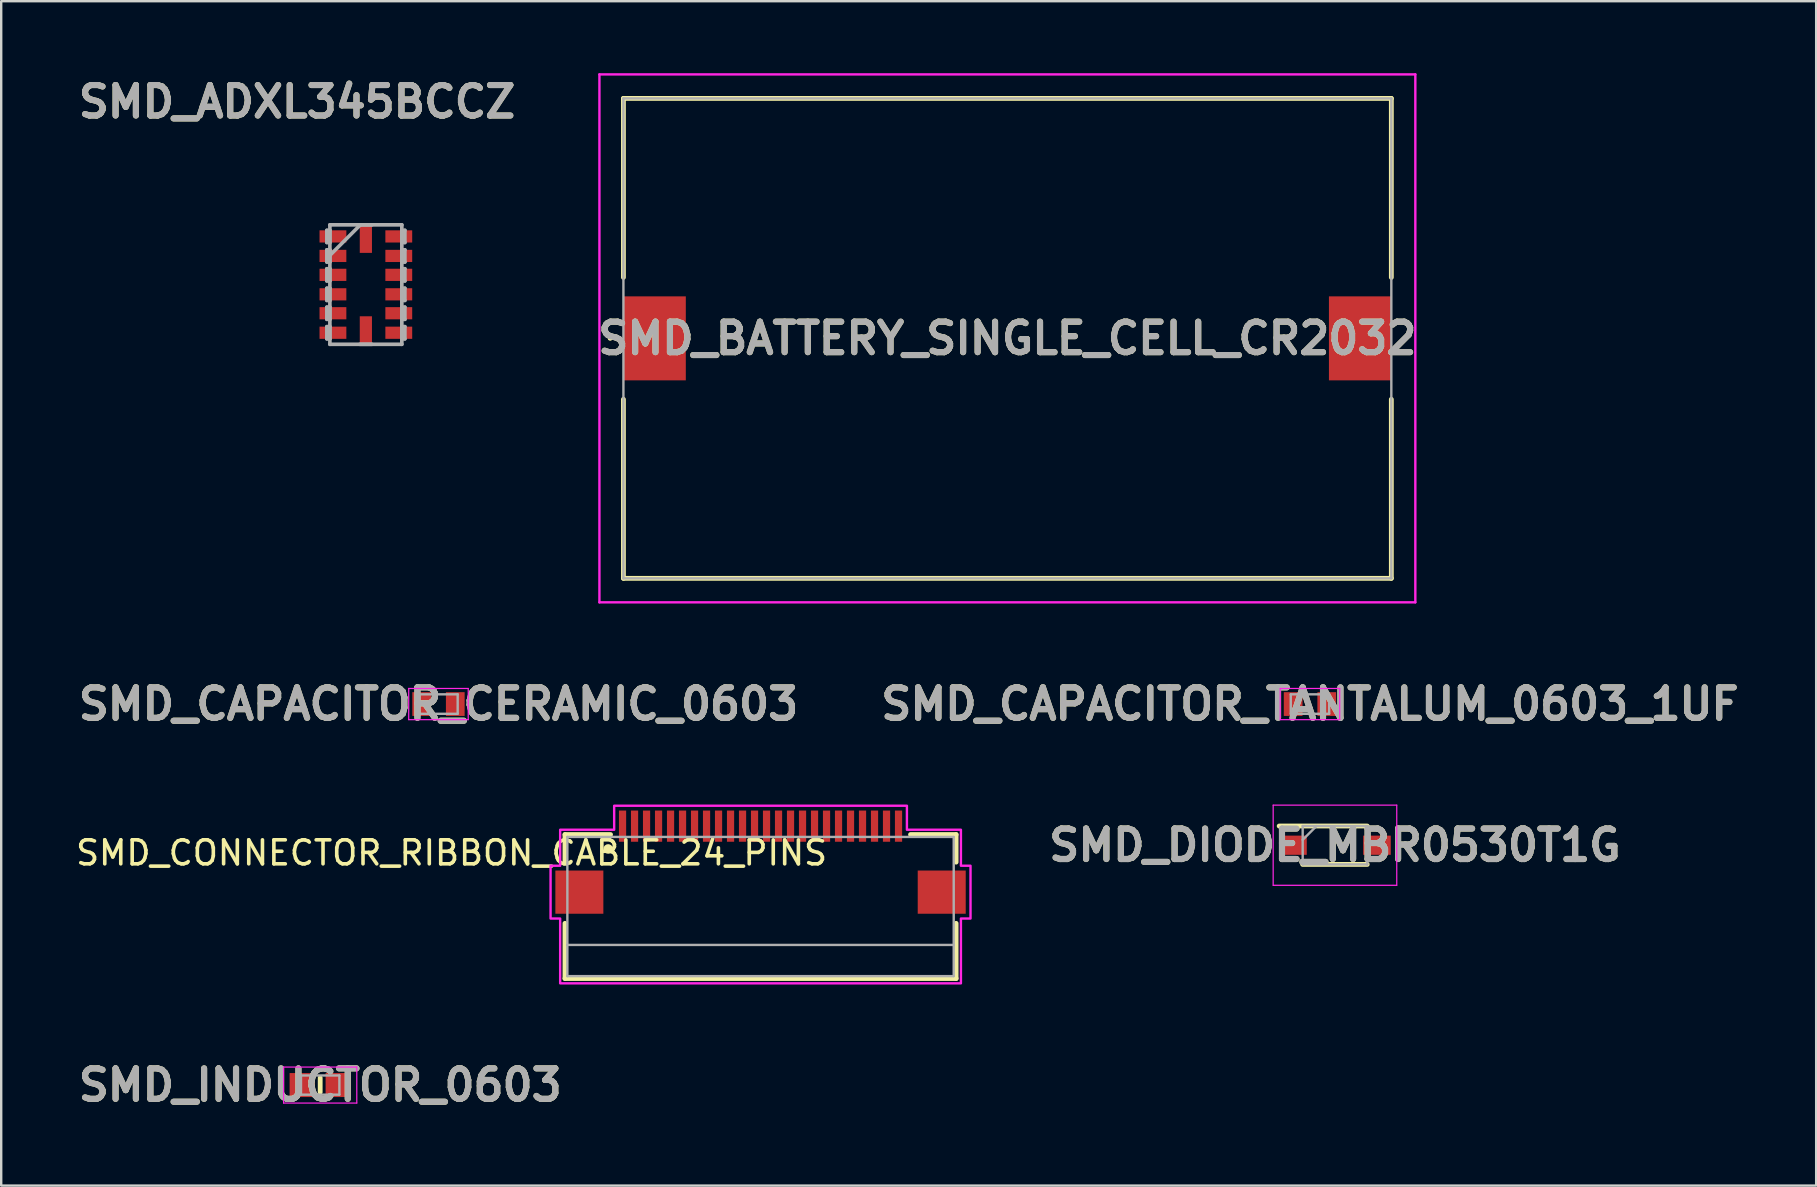
<source format=kicad_pcb>
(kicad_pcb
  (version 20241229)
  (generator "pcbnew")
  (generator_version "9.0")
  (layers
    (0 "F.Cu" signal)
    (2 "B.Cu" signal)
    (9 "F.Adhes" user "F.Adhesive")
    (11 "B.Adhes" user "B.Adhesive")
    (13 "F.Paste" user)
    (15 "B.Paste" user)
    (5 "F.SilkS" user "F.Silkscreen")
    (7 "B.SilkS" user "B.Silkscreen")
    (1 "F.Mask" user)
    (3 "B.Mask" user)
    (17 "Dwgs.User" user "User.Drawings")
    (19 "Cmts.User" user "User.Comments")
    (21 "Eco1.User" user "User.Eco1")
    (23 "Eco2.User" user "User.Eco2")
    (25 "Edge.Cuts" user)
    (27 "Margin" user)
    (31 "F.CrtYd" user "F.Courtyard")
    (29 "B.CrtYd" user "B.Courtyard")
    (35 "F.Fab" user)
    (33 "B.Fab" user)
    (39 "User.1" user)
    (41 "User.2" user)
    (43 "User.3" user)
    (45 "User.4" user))
  (footprint "SMD_INDUCTOR_0603"
    (layer "F.Cu")
    (at 10.293 42.166)
    (property "Reference" "SMD_INDUCTOR_0603" (at 0 0 0) (layer "F.SilkS") (effects (font (size 1.27 1.27) (thickness 0.254))))
    (attr smd)
    (fp_line (start 0 -0.3) (end 0 0.3) (stroke (width 0.2) (type solid)) (layer "F.SilkS"))
    (fp_line (start -1.525 -0.75) (end 1.525 -0.75) (stroke (width 0.05) (type solid)) (layer "F.CrtYd"))
    (fp_line (start -1.525 0.75) (end -1.525 -0.75) (stroke (width 0.05) (type solid)) (layer "F.CrtYd"))
    (fp_line (start 1.525 -0.75) (end 1.525 0.75) (stroke (width 0.05) (type solid)) (layer "F.CrtYd"))
    (fp_line (start 1.525 0.75) (end -1.525 0.75) (stroke (width 0.05) (type solid)) (layer "F.CrtYd"))
    (fp_line (start -0.8 -0.4) (end 0.8 -0.4) (stroke (width 0.1) (type solid)) (layer "F.Fab"))
    (fp_line (start -0.8 0.4) (end -0.8 -0.4) (stroke (width 0.1) (type solid)) (layer "F.Fab"))
    (fp_line (start 0.8 -0.4) (end 0.8 0.4) (stroke (width 0.1) (type solid)) (layer "F.Fab"))
    (fp_line (start 0.8 0.4) (end -0.8 0.4) (stroke (width 0.1) (type solid)) (layer "F.Fab"))
    (fp_text user "${REFERENCE}" (at 0 0 0) (layer "F.Fab") (effects (font (size 1.27 1.27) (thickness 0.254))))
    (pad "1" smd rect (at -0.75 0 90) (size 1 1.05) (layers "F.Cu" "F.Mask" "F.Paste"))
    (pad "2" smd rect (at 0.75 0 90) (size 1 1.05) (layers "F.Cu" "F.Mask" "F.Paste")))
  (footprint "SMD_ADXL345BCCZ"
    (layer "F.Cu")
    (at 12.196 8.809)
    (property "Reference" "SMD_ADXL345BCCZ" (at -2.87 -7.62 0) (layer "F.SilkS") (effects (font (size 1.27 1.27) (thickness 0.254))))
    (attr smd)
    (fp_line (start -1.626 -2.261) (end -1.626 -1.753) (stroke (width 0.152) (type solid)) (layer "F.Fab"))
    (fp_line (start -1.626 -1.753) (end -1.499 -1.753) (stroke (width 0.152) (type solid)) (layer "F.Fab"))
    (fp_line (start -1.626 -1.448) (end -1.626 -0.94) (stroke (width 0.152) (type solid)) (layer "F.Fab"))
    (fp_line (start -1.626 -0.94) (end -1.499 -0.94) (stroke (width 0.152) (type solid)) (layer "F.Fab"))
    (fp_line (start -1.626 -0.66) (end -1.626 -0.152) (stroke (width 0.152) (type solid)) (layer "F.Fab"))
    (fp_line (start -1.626 -0.152) (end -1.499 -0.152) (stroke (width 0.152) (type solid)) (layer "F.Fab"))
    (fp_line (start -1.626 0.152) (end -1.626 0.66) (stroke (width 0.152) (type solid)) (layer "F.Fab"))
    (fp_line (start -1.626 0.66) (end -1.499 0.66) (stroke (width 0.152) (type solid)) (layer "F.Fab"))
    (fp_line (start -1.626 0.94) (end -1.626 1.448) (stroke (width 0.152) (type solid)) (layer "F.Fab"))
    (fp_line (start -1.626 1.448) (end -1.499 1.448) (stroke (width 0.152) (type solid)) (layer "F.Fab"))
    (fp_line (start -1.626 1.753) (end -1.626 2.261) (stroke (width 0.152) (type solid)) (layer "F.Fab"))
    (fp_line (start -1.626 2.261) (end -1.499 2.261) (stroke (width 0.152) (type solid)) (layer "F.Fab"))
    (fp_line (start -1.499 -2.489) (end -1.499 2.489) (stroke (width 0.152) (type solid)) (layer "F.Fab"))
    (fp_line (start -1.499 -2.261) (end -1.626 -2.261) (stroke (width 0.152) (type solid)) (layer "F.Fab"))
    (fp_line (start -1.499 -1.753) (end -1.499 -2.261) (stroke (width 0.152) (type solid)) (layer "F.Fab"))
    (fp_line (start -1.499 -1.448) (end -1.626 -1.448) (stroke (width 0.152) (type solid)) (layer "F.Fab"))
    (fp_line (start -1.499 -1.219) (end -0.229 -2.489) (stroke (width 0.152) (type solid)) (layer "F.Fab"))
    (fp_line (start -1.499 -0.94) (end -1.499 -1.448) (stroke (width 0.152) (type solid)) (layer "F.Fab"))
    (fp_line (start -1.499 -0.66) (end -1.626 -0.66) (stroke (width 0.152) (type solid)) (layer "F.Fab"))
    (fp_line (start -1.499 -0.152) (end -1.499 -0.66) (stroke (width 0.152) (type solid)) (layer "F.Fab"))
    (fp_line (start -1.499 0.152) (end -1.626 0.152) (stroke (width 0.152) (type solid)) (layer "F.Fab"))
    (fp_line (start -1.499 0.66) (end -1.499 0.152) (stroke (width 0.152) (type solid)) (layer "F.Fab"))
    (fp_line (start -1.499 0.94) (end -1.626 0.94) (stroke (width 0.152) (type solid)) (layer "F.Fab"))
    (fp_line (start -1.499 1.448) (end -1.499 0.94) (stroke (width 0.152) (type solid)) (layer "F.Fab"))
    (fp_line (start -1.499 1.753) (end -1.626 1.753) (stroke (width 0.152) (type solid)) (layer "F.Fab"))
    (fp_line (start -1.499 2.261) (end -1.499 1.753) (stroke (width 0.152) (type solid)) (layer "F.Fab"))
    (fp_line (start -1.499 2.489) (end 1.499 2.489) (stroke (width 0.152) (type solid)) (layer "F.Fab"))
    (fp_line (start -0.254 2.489) (end 0.254 2.489) (stroke (width 0.152) (type solid)) (layer "F.Fab"))
    (fp_line (start 0.254 -2.489) (end -0.254 -2.489) (stroke (width 0.152) (type solid)) (layer "F.Fab"))
    (fp_line (start 1.499 -2.489) (end -1.499 -2.489) (stroke (width 0.152) (type solid)) (layer "F.Fab"))
    (fp_line (start 1.499 -2.261) (end 1.499 -1.753) (stroke (width 0.152) (type solid)) (layer "F.Fab"))
    (fp_line (start 1.499 -1.753) (end 1.626 -1.753) (stroke (width 0.152) (type solid)) (layer "F.Fab"))
    (fp_line (start 1.499 -1.448) (end 1.499 -0.94) (stroke (width 0.152) (type solid)) (layer "F.Fab"))
    (fp_line (start 1.499 -0.94) (end 1.626 -0.94) (stroke (width 0.152) (type solid)) (layer "F.Fab"))
    (fp_line (start 1.499 -0.66) (end 1.499 -0.152) (stroke (width 0.152) (type solid)) (layer "F.Fab"))
    (fp_line (start 1.499 -0.152) (end 1.626 -0.152) (stroke (width 0.152) (type solid)) (layer "F.Fab"))
    (fp_line (start 1.499 0.152) (end 1.499 0.66) (stroke (width 0.152) (type solid)) (layer "F.Fab"))
    (fp_line (start 1.499 0.66) (end 1.626 0.66) (stroke (width 0.152) (type solid)) (layer "F.Fab"))
    (fp_line (start 1.499 0.94) (end 1.499 1.448) (stroke (width 0.152) (type solid)) (layer "F.Fab"))
    (fp_line (start 1.499 1.448) (end 1.626 1.448) (stroke (width 0.152) (type solid)) (layer "F.Fab"))
    (fp_line (start 1.499 1.753) (end 1.499 2.261) (stroke (width 0.152) (type solid)) (layer "F.Fab"))
    (fp_line (start 1.499 2.261) (end 1.626 2.261) (stroke (width 0.152) (type solid)) (layer "F.Fab"))
    (fp_line (start 1.499 2.489) (end 1.499 -2.489) (stroke (width 0.152) (type solid)) (layer "F.Fab"))
    (fp_line (start 1.626 -2.261) (end 1.499 -2.261) (stroke (width 0.152) (type solid)) (layer "F.Fab"))
    (fp_line (start 1.626 -1.753) (end 1.626 -2.261) (stroke (width 0.152) (type solid)) (layer "F.Fab"))
    (fp_line (start 1.626 -1.448) (end 1.499 -1.448) (stroke (width 0.152) (type solid)) (layer "F.Fab"))
    (fp_line (start 1.626 -0.94) (end 1.626 -1.448) (stroke (width 0.152) (type solid)) (layer "F.Fab"))
    (fp_line (start 1.626 -0.66) (end 1.499 -0.66) (stroke (width 0.152) (type solid)) (layer "F.Fab"))
    (fp_line (start 1.626 -0.152) (end 1.626 -0.66) (stroke (width 0.152) (type solid)) (layer "F.Fab"))
    (fp_line (start 1.626 0.152) (end 1.499 0.152) (stroke (width 0.152) (type solid)) (layer "F.Fab"))
    (fp_line (start 1.626 0.66) (end 1.626 0.152) (stroke (width 0.152) (type solid)) (layer "F.Fab"))
    (fp_line (start 1.626 0.94) (end 1.499 0.94) (stroke (width 0.152) (type solid)) (layer "F.Fab"))
    (fp_line (start 1.626 1.448) (end 1.626 0.94) (stroke (width 0.152) (type solid)) (layer "F.Fab"))
    (fp_line (start 1.626 1.753) (end 1.499 1.753) (stroke (width 0.152) (type solid)) (layer "F.Fab"))
    (fp_line (start 1.626 2.261) (end 1.626 1.753) (stroke (width 0.152) (type solid)) (layer "F.Fab"))
    (fp_text user "${REFERENCE}" (at -2.87 -7.62 0) (layer "F.Fab") (effects (font (size 1.27 1.27) (thickness 0.254))))
    (pad "1" smd rect (at -1.372 -2.007 90) (size 0.508 1.118) (layers "F.Cu" "F.Mask" "F.Paste"))
    (pad "2" smd rect (at -1.372 -1.194 90) (size 0.508 1.118) (layers "F.Cu" "F.Mask" "F.Paste"))
    (pad "3" smd rect (at -1.372 -0.406 90) (size 0.508 1.118) (layers "F.Cu" "F.Mask" "F.Paste"))
    (pad "4" smd rect (at -1.372 0.406 90) (size 0.508 1.118) (layers "F.Cu" "F.Mask" "F.Paste"))
    (pad "5" smd rect (at -1.372 1.194 90) (size 0.508 1.118) (layers "F.Cu" "F.Mask" "F.Paste"))
    (pad "6" smd rect (at -1.372 2.007 90) (size 0.508 1.118) (layers "F.Cu" "F.Mask" "F.Paste"))
    (pad "7" smd rect (at 0 1.88) (size 0.508 1.118) (layers "F.Cu" "F.Mask" "F.Paste"))
    (pad "8" smd rect (at 1.372 2.007 90) (size 0.508 1.118) (layers "F.Cu" "F.Mask" "F.Paste"))
    (pad "9" smd rect (at 1.372 1.194 90) (size 0.508 1.118) (layers "F.Cu" "F.Mask" "F.Paste"))
    (pad "10" smd rect (at 1.372 0.406 90) (size 0.508 1.118) (layers "F.Cu" "F.Mask" "F.Paste"))
    (pad "11" smd rect (at 1.372 -0.406 90) (size 0.508 1.118) (layers "F.Cu" "F.Mask" "F.Paste"))
    (pad "12" smd rect (at 1.372 -1.194 90) (size 0.508 1.118) (layers "F.Cu" "F.Mask" "F.Paste"))
    (pad "13" smd rect (at 1.372 -2.007 90) (size 0.508 1.118) (layers "F.Cu" "F.Mask" "F.Paste"))
    (pad "14" smd rect (at 0 -1.88) (size 0.508 1.118) (layers "F.Cu" "F.Mask" "F.Paste")))
  (footprint "SMD_CONNECTOR_RIBBON_CABLE_24_PINS"
    (layer "F.Cu")
    (at 28.643 34.727)
    (property "Reference" "SMD_CONNECTOR_RIBBON_CABLE_24_PINS" (at -12.875 -2.235 0) (layer "F.SilkS") (effects (font (size 1 1) (thickness 0.15))))
    (attr smd)
    (fp_line (start -8.15 -3) (end -8.15 -1.85) (stroke (width 0.2) (type solid)) (layer "F.SilkS"))
    (fp_line (start -8.15 0.7) (end -8.15 3) (stroke (width 0.2) (type solid)) (layer "F.SilkS"))
    (fp_line (start -8.15 3) (end 8.15 3) (stroke (width 0.2) (type solid)) (layer "F.SilkS"))
    (fp_line (start -6.25 -3) (end -8.15 -3) (stroke (width 0.2) (type solid)) (layer "F.SilkS"))
    (fp_line (start 6.25 -3) (end 8.15 -3) (stroke (width 0.2) (type solid)) (layer "F.SilkS"))
    (fp_line (start 8.15 -3) (end 8.15 -1.85) (stroke (width 0.2) (type solid)) (layer "F.SilkS"))
    (fp_line (start 8.15 3) (end 8.15 0.7) (stroke (width 0.2) (type solid)) (layer "F.SilkS"))
    (fp_circle (center -6.35 -2.4) (end -6.25 -2.4) (stroke (width 0.2) (type solid)) (fill no) (layer "F.SilkS"))
    (fp_poly (pts (xy -6.1 -4.2) (xy 6.1 -4.2) (xy 6.1 -3.2) (xy 8.35 -3.2) (xy 8.35 -1.7) (xy 8.75 -1.7) (xy 8.75 0.5) (xy 8.35 0.5) (xy 8.35 3.2) (xy -8.35 3.2) (xy -8.35 0.5) (xy -8.75 0.5) (xy -8.75 -1.7) (xy -8.35 -1.7) (xy -8.35 -3.2) (xy -6.1 -3.2)) (stroke (width 0.1) (type solid)) (fill no) (layer "F.CrtYd"))
    (fp_line (start -8.05 -2.9) (end 8.05 -2.9) (stroke (width 0.1) (type solid)) (layer "F.Fab"))
    (fp_line (start -8.05 1.6) (end -8.05 -2.9) (stroke (width 0.1) (type solid)) (layer "F.Fab"))
    (fp_line (start -8.05 1.6) (end 8.05 1.6) (stroke (width 0.1) (type solid)) (layer "F.Fab"))
    (fp_line (start -8.05 2.9) (end -8.05 1.6) (stroke (width 0.1) (type solid)) (layer "F.Fab"))
    (fp_line (start 8.05 -2.9) (end 8.05 1.6) (stroke (width 0.1) (type solid)) (layer "F.Fab"))
    (fp_line (start 8.05 1.6) (end 8.05 2.9) (stroke (width 0.1) (type solid)) (layer "F.Fab"))
    (fp_line (start 8.05 2.9) (end -8.05 2.9) (stroke (width 0.1) (type solid)) (layer "F.Fab"))
    (pad "1" smd rect (at -5.75 -3.35) (size 0.3 1.3) (layers "F.Cu" "F.Mask" "F.Paste"))
    (pad "2" smd rect (at -5.25 -3.35) (size 0.3 1.3) (layers "F.Cu" "F.Mask" "F.Paste"))
    (pad "3" smd rect (at -4.75 -3.35) (size 0.3 1.3) (layers "F.Cu" "F.Mask" "F.Paste"))
    (pad "4" smd rect (at -4.25 -3.35) (size 0.3 1.3) (layers "F.Cu" "F.Mask" "F.Paste"))
    (pad "5" smd rect (at -3.75 -3.35) (size 0.3 1.3) (layers "F.Cu" "F.Mask" "F.Paste"))
    (pad "6" smd rect (at -3.25 -3.35) (size 0.3 1.3) (layers "F.Cu" "F.Mask" "F.Paste"))
    (pad "7" smd rect (at -2.75 -3.35) (size 0.3 1.3) (layers "F.Cu" "F.Mask" "F.Paste"))
    (pad "8" smd rect (at -2.25 -3.35) (size 0.3 1.3) (layers "F.Cu" "F.Mask" "F.Paste"))
    (pad "9" smd rect (at -1.75 -3.35) (size 0.3 1.3) (layers "F.Cu" "F.Mask" "F.Paste"))
    (pad "10" smd rect (at -1.25 -3.35) (size 0.3 1.3) (layers "F.Cu" "F.Mask" "F.Paste"))
    (pad "11" smd rect (at -0.75 -3.35) (size 0.3 1.3) (layers "F.Cu" "F.Mask" "F.Paste"))
    (pad "12" smd rect (at -0.25 -3.35) (size 0.3 1.3) (layers "F.Cu" "F.Mask" "F.Paste"))
    (pad "13" smd rect (at 0.25 -3.35) (size 0.3 1.3) (layers "F.Cu" "F.Mask" "F.Paste"))
    (pad "14" smd rect (at 0.75 -3.35) (size 0.3 1.3) (layers "F.Cu" "F.Mask" "F.Paste"))
    (pad "15" smd rect (at 1.25 -3.35) (size 0.3 1.3) (layers "F.Cu" "F.Mask" "F.Paste"))
    (pad "16" smd rect (at 1.75 -3.35) (size 0.3 1.3) (layers "F.Cu" "F.Mask" "F.Paste"))
    (pad "17" smd rect (at 2.25 -3.35) (size 0.3 1.3) (layers "F.Cu" "F.Mask" "F.Paste"))
    (pad "18" smd rect (at 2.75 -3.35) (size 0.3 1.3) (layers "F.Cu" "F.Mask" "F.Paste"))
    (pad "19" smd rect (at 3.25 -3.35) (size 0.3 1.3) (layers "F.Cu" "F.Mask" "F.Paste"))
    (pad "20" smd rect (at 3.75 -3.35) (size 0.3 1.3) (layers "F.Cu" "F.Mask" "F.Paste"))
    (pad "21" smd rect (at 4.25 -3.35) (size 0.3 1.3) (layers "F.Cu" "F.Mask" "F.Paste"))
    (pad "22" smd rect (at 4.75 -3.35) (size 0.3 1.3) (layers "F.Cu" "F.Mask" "F.Paste"))
    (pad "23" smd rect (at 5.25 -3.35) (size 0.3 1.3) (layers "F.Cu" "F.Mask" "F.Paste"))
    (pad "24" smd rect (at 5.75 -3.35) (size 0.3 1.3) (layers "F.Cu" "F.Mask" "F.Paste"))
    (pad "Z1" smd rect (at -7.55 -0.6) (size 2 1.8) (layers "F.Cu" "F.Mask" "F.Paste"))
    (pad "Z2" smd rect (at 7.55 -0.6) (size 2 1.8) (layers "F.Cu" "F.Mask" "F.Paste")))
  (footprint "SMD_CAPACITOR_CERAMIC_0603"
    (layer "F.Cu")
    (at 15.222 26.289)
    (property "Reference" "SMD_CAPACITOR_CERAMIC_0603" (at 0 0 0) (layer "F.SilkS") (effects (font (size 1.27 1.27) (thickness 0.254))))
    (attr smd)
    (fp_line (start -1.24 -0.65) (end 1.24 -0.65) (stroke (width 0.05) (type solid)) (layer "F.CrtYd"))
    (fp_line (start -1.24 0.65) (end -1.24 -0.65) (stroke (width 0.05) (type solid)) (layer "F.CrtYd"))
    (fp_line (start 1.24 -0.65) (end 1.24 0.65) (stroke (width 0.05) (type solid)) (layer "F.CrtYd"))
    (fp_line (start 1.24 0.65) (end -1.24 0.65) (stroke (width 0.05) (type solid)) (layer "F.CrtYd"))
    (fp_line (start -0.8 -0.405) (end 0.8 -0.405) (stroke (width 0.1) (type solid)) (layer "F.Fab"))
    (fp_line (start -0.8 0.405) (end -0.8 -0.405) (stroke (width 0.1) (type solid)) (layer "F.Fab"))
    (fp_line (start 0.8 -0.405) (end 0.8 0.405) (stroke (width 0.1) (type solid)) (layer "F.Fab"))
    (fp_line (start 0.8 0.405) (end -0.8 0.405) (stroke (width 0.1) (type solid)) (layer "F.Fab"))
    (fp_text user "${REFERENCE}" (at 0 0 0) (layer "F.Fab") (effects (font (size 1.27 1.27) (thickness 0.254))))
    (pad "1" smd rect (at -0.7 0) (size 0.78 0.99) (layers "F.Cu" "F.Mask" "F.Paste"))
    (pad "2" smd rect (at 0.7 0) (size 0.78 0.99) (layers "F.Cu" "F.Mask" "F.Paste")))
  (footprint "SMD_CAPACITOR_TANTALUM_0603_1UF"
    (layer "F.Cu")
    (at 51.538 26.289)
    (property "Reference" "SMD_CAPACITOR_TANTALUM_0603_1UF" (at 0 0 0) (layer "F.SilkS") (effects (font (size 1.27 1.27) (thickness 0.254))))
    (attr smd)
    (fp_line (start -1.24 -0.65) (end 1.24 -0.65) (stroke (width 0.05) (type solid)) (layer "F.CrtYd"))
    (fp_line (start -1.24 0.65) (end -1.24 -0.65) (stroke (width 0.05) (type solid)) (layer "F.CrtYd"))
    (fp_line (start 1.24 -0.65) (end 1.24 0.65) (stroke (width 0.05) (type solid)) (layer "F.CrtYd"))
    (fp_line (start 1.24 0.65) (end -1.24 0.65) (stroke (width 0.05) (type solid)) (layer "F.CrtYd"))
    (fp_line (start -0.8 -0.405) (end 0.8 -0.405) (stroke (width 0.1) (type solid)) (layer "F.Fab"))
    (fp_line (start -0.8 0.405) (end -0.8 -0.405) (stroke (width 0.1) (type solid)) (layer "F.Fab"))
    (fp_line (start 0.8 -0.405) (end 0.8 0.405) (stroke (width 0.1) (type solid)) (layer "F.Fab"))
    (fp_line (start 0.8 0.405) (end -0.8 0.405) (stroke (width 0.1) (type solid)) (layer "F.Fab"))
    (fp_text user "${REFERENCE}" (at 0 0 0) (layer "F.Fab") (effects (font (size 1.27 1.27) (thickness 0.254))))
    (pad "1" smd rect (at -0.7 0) (size 0.78 0.99) (layers "F.Cu" "F.Mask" "F.Paste"))
    (pad "2" smd rect (at 0.7 0) (size 0.78 0.99) (layers "F.Cu" "F.Mask" "F.Paste")))
  (footprint "SMD_BATTERY_SINGLE_CELL_CR2032"
    (layer "F.Cu")
    (at 38.929 11.05)
    (property "Reference" "SMD_BATTERY_SINGLE_CELL_CR2032" (at 0 0 0) (layer "F.SilkS") (effects (font (size 1.27 1.27) (thickness 0.254))))
    (attr smd)
    (fp_line (start -16.6 0) (end -16.6 0) (stroke (width 0.1) (type solid)) (layer "F.SilkS"))
    (fp_line (start -16.5 0) (end -16.5 0) (stroke (width 0.1) (type solid)) (layer "F.SilkS"))
    (fp_line (start -16 -10) (end 16 -10) (stroke (width 0.2) (type solid)) (layer "F.SilkS"))
    (fp_line (start -16 -2.54) (end -16 -10) (stroke (width 0.2) (type solid)) (layer "F.SilkS"))
    (fp_line (start -16 10) (end -16 2.54) (stroke (width 0.2) (type solid)) (layer "F.SilkS"))
    (fp_line (start 16 -10) (end 16 -2.54) (stroke (width 0.2) (type solid)) (layer "F.SilkS"))
    (fp_line (start 16 2.54) (end 16 10) (stroke (width 0.2) (type solid)) (layer "F.SilkS"))
    (fp_line (start 16 10) (end -16 10) (stroke (width 0.2) (type solid)) (layer "F.SilkS"))
    (fp_arc (start -16.6 0) (mid -16.55 -0.05) (end -16.5 0) (stroke (width 0.1) (type solid)) (layer "F.SilkS"))
    (fp_arc (start -16.5 0) (mid -16.55 0.05) (end -16.6 0) (stroke (width 0.1) (type solid)) (layer "F.SilkS"))
    (fp_line (start -17 -11) (end 17 -11) (stroke (width 0.1) (type solid)) (layer "F.CrtYd"))
    (fp_line (start -17 11) (end -17 -11) (stroke (width 0.1) (type solid)) (layer "F.CrtYd"))
    (fp_line (start 17 -11) (end 17 11) (stroke (width 0.1) (type solid)) (layer "F.CrtYd"))
    (fp_line (start 17 11) (end -17 11) (stroke (width 0.1) (type solid)) (layer "F.CrtYd"))
    (fp_line (start -16 -10) (end -16 10) (stroke (width 0.1) (type solid)) (layer "F.Fab"))
    (fp_line (start -16 10) (end 16 10) (stroke (width 0.1) (type solid)) (layer "F.Fab"))
    (fp_line (start 16 -10) (end -16 -10) (stroke (width 0.1) (type solid)) (layer "F.Fab"))
    (fp_line (start 16 10) (end 16 -10) (stroke (width 0.1) (type solid)) (layer "F.Fab"))
    (fp_text user "${REFERENCE}" (at 0 0 0) (layer "F.Fab") (effects (font (size 1.27 1.27) (thickness 0.254))))
    (pad "1" smd rect (at -14.7 0) (size 2.6 3.5) (layers "F.Cu" "F.Mask" "F.Paste"))
    (pad "2" smd rect (at 14.7 0) (size 2.6 3.5) (layers "F.Cu" "F.Mask" "F.Paste")))
  (footprint "SMD_DIODE_MBR0530T1G"
    (layer "F.Cu")
    (at 52.58 32.172)
    (property "Reference" "SMD_DIODE_MBR0530T1G" (at 0 0 0) (layer "F.SilkS") (effects (font (size 1.27 1.27) (thickness 0.254))))
    (attr smd)
    (fp_line (start -2.325 -0.8) (end 1.345 -0.8) (stroke (width 0.2) (type solid)) (layer "F.SilkS"))
    (fp_line (start -1.345 0.8) (end 1.345 0.8) (stroke (width 0.2) (type solid)) (layer "F.SilkS"))
    (fp_line (start -2.575 -1.67) (end 2.575 -1.67) (stroke (width 0.05) (type solid)) (layer "F.CrtYd"))
    (fp_line (start -2.575 1.67) (end -2.575 -1.67) (stroke (width 0.05) (type solid)) (layer "F.CrtYd"))
    (fp_line (start 2.575 -1.67) (end 2.575 1.67) (stroke (width 0.05) (type solid)) (layer "F.CrtYd"))
    (fp_line (start 2.575 1.67) (end -2.575 1.67) (stroke (width 0.05) (type solid)) (layer "F.CrtYd"))
    (fp_line (start -1.345 -0.8) (end 1.345 -0.8) (stroke (width 0.1) (type solid)) (layer "F.Fab"))
    (fp_line (start -1.345 -0.225) (end -0.77 -0.8) (stroke (width 0.1) (type solid)) (layer "F.Fab"))
    (fp_line (start -1.345 0.8) (end -1.345 -0.8) (stroke (width 0.1) (type solid)) (layer "F.Fab"))
    (fp_line (start 1.345 -0.8) (end 1.345 0.8) (stroke (width 0.1) (type solid)) (layer "F.Fab"))
    (fp_line (start 1.345 0.8) (end -1.345 0.8) (stroke (width 0.1) (type solid)) (layer "F.Fab"))
    (fp_text user "${REFERENCE}" (at 0 0 0) (layer "F.Fab") (effects (font (size 1.27 1.27) (thickness 0.254))))
    (pad "1" smd rect (at -1.75 0 90) (size 0.8 1.15) (layers "F.Cu" "F.Mask" "F.Paste"))
    (pad "2" smd rect (at 1.75 0 90) (size 0.8 1.15) (layers "F.Cu" "F.Mask" "F.Paste")))
  (gr_rect
    (start -3 -3)
    (end 72.633 46.355)
    (stroke (width 0.1) (type default))
    (fill no)
    (layer "Edge.Cuts")))
</source>
